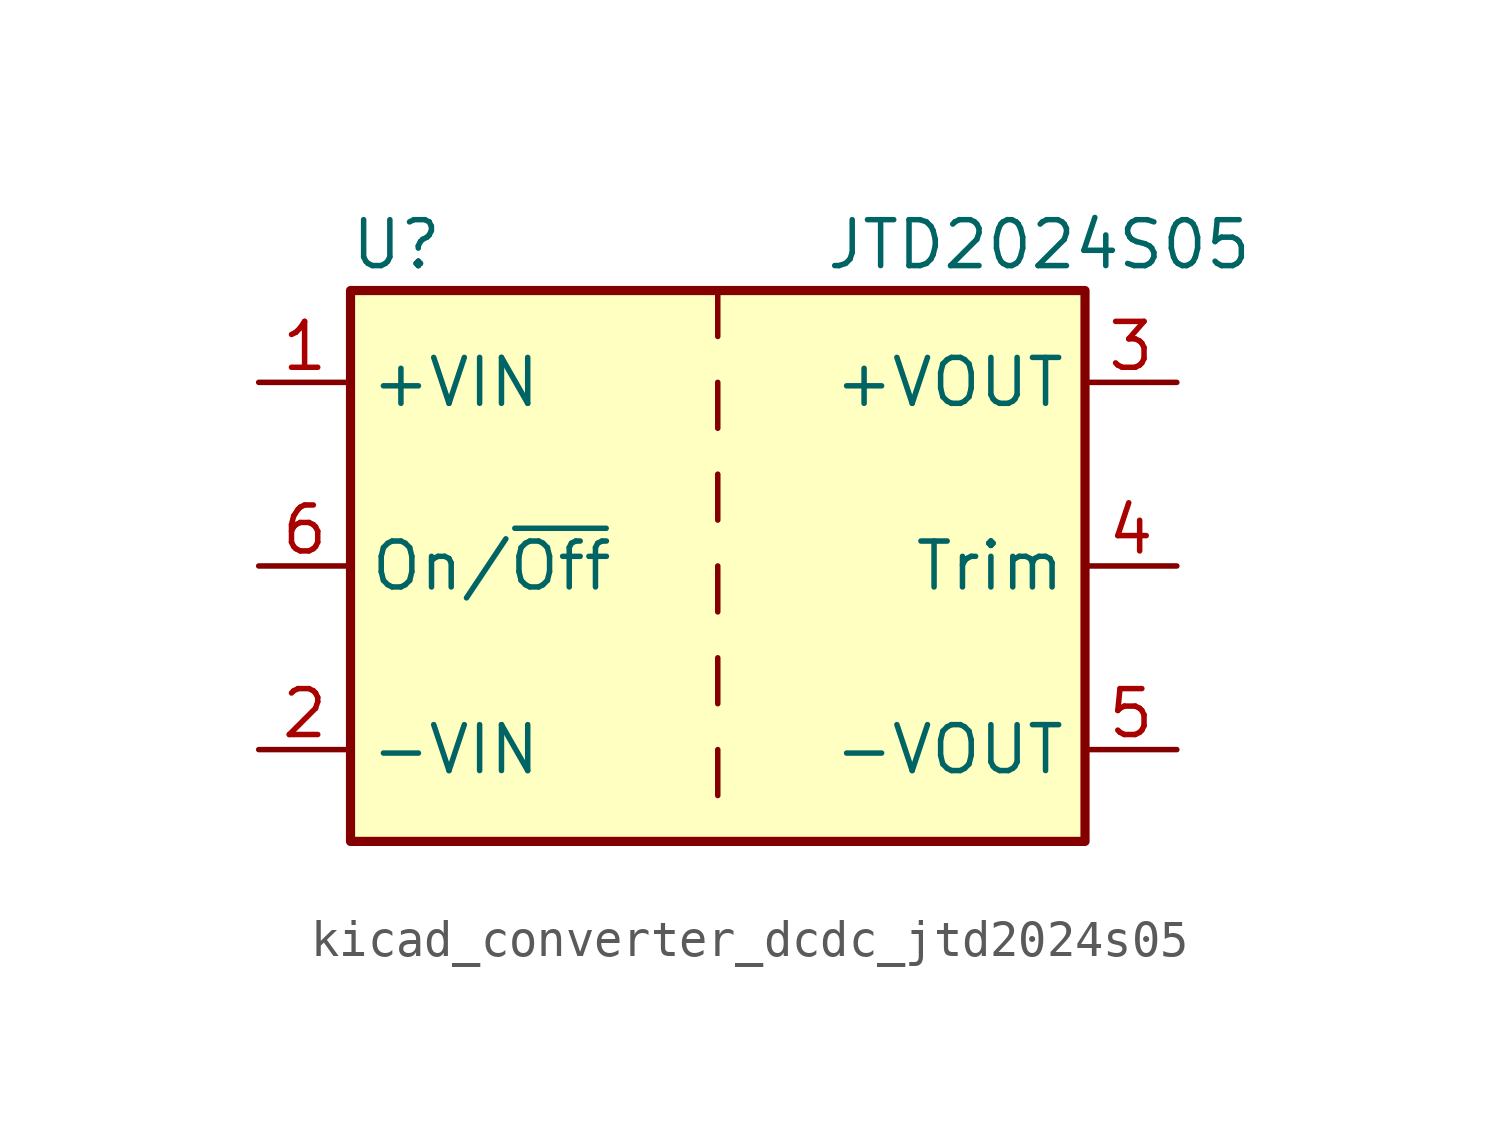
<source format=kicad_sym>
(kicad_symbol_lib
  (version 20220914)
  (generator kicad_symbol_editor)
  (symbol "kicad_converter_dcdc_jtd2024s05"
    (property "Reference" "U"
      (at -8.89 8.89 0)
      (effects (font (size 1.27 1.27))))
    (property "Value" "JTD2024S05"
      (at 8.89 8.89 0)
      (effects (font (size 1.27 1.27))))
    (symbol "kicad_converter_dcdc_jtd2024s05_0_1"
      (rectangle (start -10.16 7.62) (end 10.16 -7.62) (stroke (width 0.254) (type default)) (fill (type background)))
      (polyline (pts (xy 0 -5.08) (xy 0 -6.35)) (stroke (width 0) (type default)) (fill (type none)))
      (polyline (pts (xy 0 -2.54) (xy 0 -3.81)) (stroke (width 0) (type default)) (fill (type none)))
      (polyline (pts (xy 0 0) (xy 0 -1.27)) (stroke (width 0) (type default)) (fill (type none)))
      (polyline (pts (xy 0 2.54) (xy 0 1.27)) (stroke (width 0) (type default)) (fill (type none)))
      (polyline (pts (xy 0 5.08) (xy 0 3.81)) (stroke (width 0) (type default)) (fill (type none)))
      (polyline (pts (xy 0 7.62) (xy 0 6.35)) (stroke (width 0) (type default)) (fill (type none))))
    (symbol "kicad_converter_dcdc_jtd2024s05_1_1"
      (pin power_in line (at -12.7 5.08 0) (length 2.54) (name "+VIN" (effects (font (size 1.27 1.27)))) (number "1" (effects (font (size 1.27 1.27)))))
      (pin power_in line (at -12.7 -5.08 0) (length 2.54) (name "-VIN" (effects (font (size 1.27 1.27)))) (number "2" (effects (font (size 1.27 1.27)))))
      (pin power_out line (at 12.7 5.08 180) (length 2.54) (name "+VOUT" (effects (font (size 1.27 1.27)))) (number "3" (effects (font (size 1.27 1.27)))))
      (pin input line (at 12.7 0 180) (length 2.54) (name "Trim" (effects (font (size 1.27 1.27)))) (number "4" (effects (font (size 1.27 1.27)))))
      (pin power_out line (at 12.7 -5.08 180) (length 2.54) (name "-VOUT" (effects (font (size 1.27 1.27)))) (number "5" (effects (font (size 1.27 1.27)))))
      (pin input line (at -12.7 0 0) (length 2.54) (name "On/~{Off}" (effects (font (size 1.27 1.27)))) (number "6" (effects (font (size 1.27 1.27))))))))
</source>
